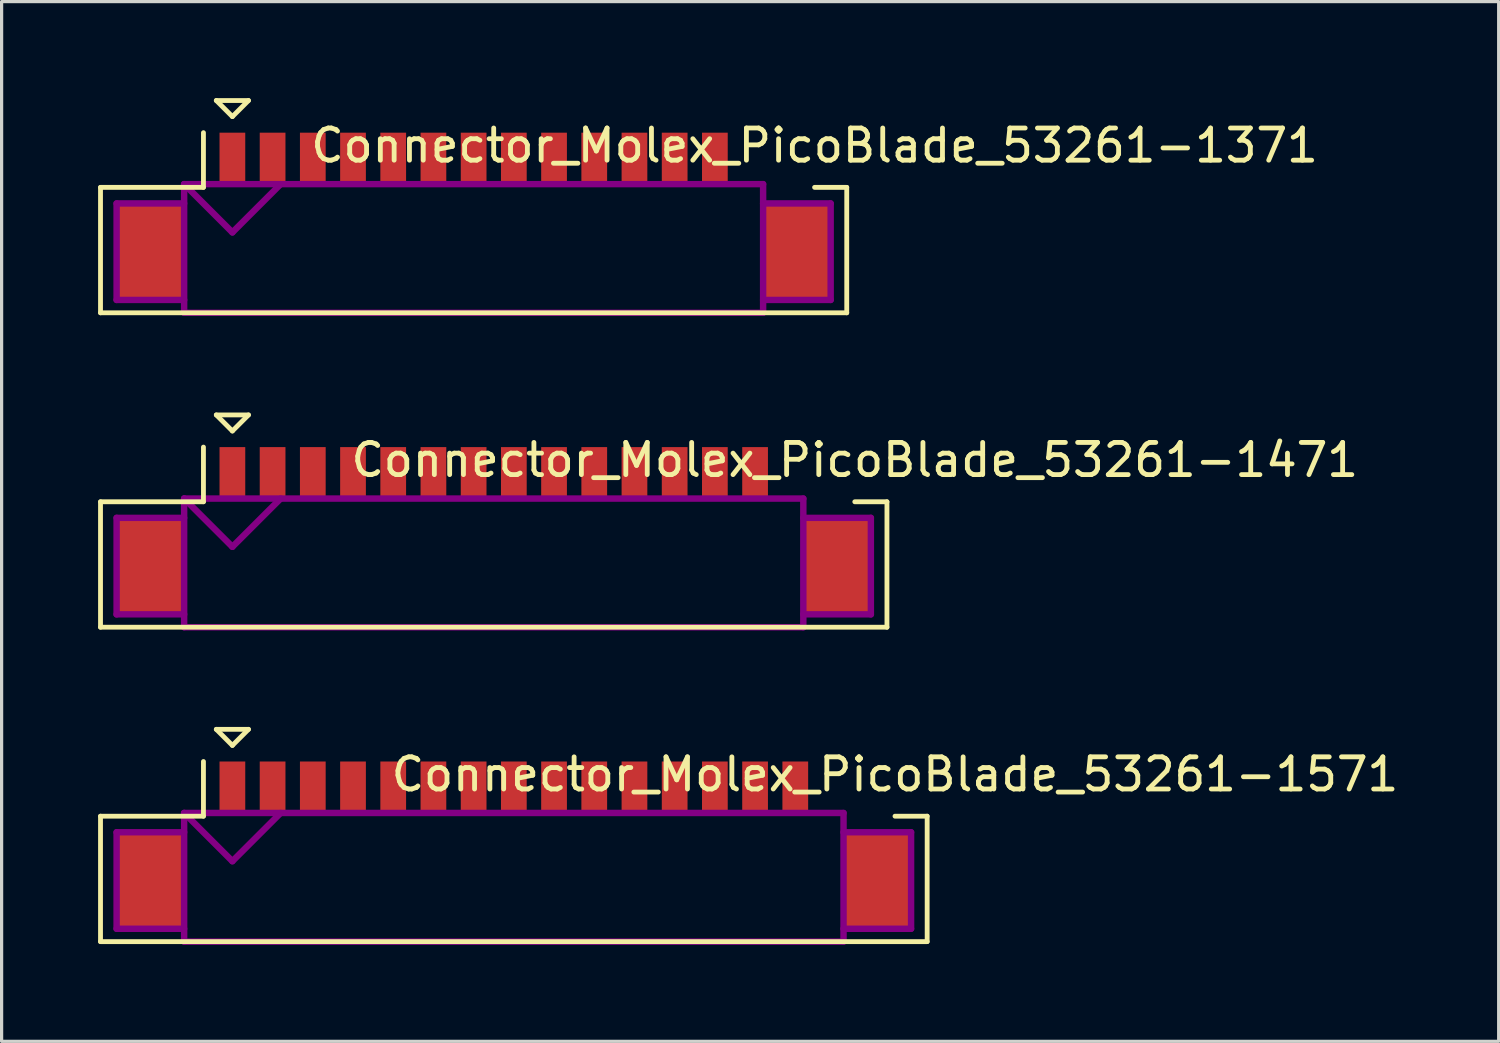
<source format=kicad_pcb>
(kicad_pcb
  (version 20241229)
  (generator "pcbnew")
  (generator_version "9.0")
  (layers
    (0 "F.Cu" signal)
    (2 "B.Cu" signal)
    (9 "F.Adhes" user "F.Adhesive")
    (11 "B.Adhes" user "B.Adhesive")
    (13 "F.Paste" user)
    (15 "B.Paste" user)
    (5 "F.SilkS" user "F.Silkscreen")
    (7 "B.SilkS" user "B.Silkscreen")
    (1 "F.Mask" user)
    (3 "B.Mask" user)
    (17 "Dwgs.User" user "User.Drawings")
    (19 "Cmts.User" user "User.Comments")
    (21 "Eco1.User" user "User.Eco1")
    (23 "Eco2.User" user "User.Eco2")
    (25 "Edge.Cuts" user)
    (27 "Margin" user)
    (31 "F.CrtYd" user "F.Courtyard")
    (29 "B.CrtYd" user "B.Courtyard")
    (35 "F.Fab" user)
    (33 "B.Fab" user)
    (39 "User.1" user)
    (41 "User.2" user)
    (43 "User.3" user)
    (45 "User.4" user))
  (footprint "Connector_Molex_PicoBlade_53261-1571"
    (layer "F.Cu")
    (at 12.925 24.325)
    (property "Reference" "Connector_Molex_PicoBlade_53261-1571" (at 11.85 -3.3 0) (layer "F.SilkS") (effects (font (size 1 1) (thickness 0.15))))
    (attr through_hole)
    (fp_line (start -12.85 -2) (end -12.85 1.9) (stroke (width 0.15) (type solid)) (layer "F.SilkS"))
    (fp_line (start -12.85 1.9) (end 12.85 1.9) (stroke (width 0.15) (type solid)) (layer "F.SilkS"))
    (fp_line (start -9.65 -3.7) (end -9.65 -2) (stroke (width 0.15) (type solid)) (layer "F.SilkS"))
    (fp_line (start -9.65 -2) (end -12.85 -2) (stroke (width 0.15) (type solid)) (layer "F.SilkS"))
    (fp_line (start -9.25 -4.7) (end -8.25 -4.7) (stroke (width 0.15) (type solid)) (layer "F.SilkS"))
    (fp_line (start -8.75 -4.2) (end -9.25 -4.7) (stroke (width 0.15) (type solid)) (layer "F.SilkS"))
    (fp_line (start -8.25 -4.7) (end -8.75 -4.2) (stroke (width 0.15) (type solid)) (layer "F.SilkS"))
    (fp_line (start 12.85 -2) (end 11.85 -2) (stroke (width 0.15) (type solid)) (layer "F.SilkS"))
    (fp_line (start 12.85 1.9) (end 12.85 -2) (stroke (width 0.15) (type solid)) (layer "F.SilkS"))
    (fp_line (start -12.35 -1.5) (end -12.35 1.5) (stroke (width 0.2) (type solid)) (layer "F.Adhes"))
    (fp_line (start -12.35 1.5) (end -10.25 1.5) (stroke (width 0.2) (type solid)) (layer "F.Adhes"))
    (fp_line (start -10.25 -2.1) (end -10.25 1.9) (stroke (width 0.2) (type solid)) (layer "F.Adhes"))
    (fp_line (start -10.25 -2.1) (end -8.75 -0.6) (stroke (width 0.2) (type solid)) (layer "F.Adhes"))
    (fp_line (start -10.25 -1.5) (end -12.35 -1.5) (stroke (width 0.2) (type solid)) (layer "F.Adhes"))
    (fp_line (start -10.25 1.9) (end 10.25 1.9) (stroke (width 0.2) (type solid)) (layer "F.Adhes"))
    (fp_line (start -8.75 -0.6) (end -7.25 -2.1) (stroke (width 0.2) (type solid)) (layer "F.Adhes"))
    (fp_line (start 10.25 -2.1) (end -10.25 -2.1) (stroke (width 0.2) (type solid)) (layer "F.Adhes"))
    (fp_line (start 10.25 -1.5) (end 12.35 -1.5) (stroke (width 0.2) (type solid)) (layer "F.Adhes"))
    (fp_line (start 10.25 1.9) (end 10.25 -2.1) (stroke (width 0.2) (type solid)) (layer "F.Adhes"))
    (fp_line (start 12.35 -1.5) (end 12.35 1.5) (stroke (width 0.2) (type solid)) (layer "F.Adhes"))
    (fp_line (start 12.35 1.5) (end 10.25 1.5) (stroke (width 0.2) (type solid)) (layer "F.Adhes"))
    (pad "" smd rect (at -11.3 0) (size 2.1 3) (layers "F.Cu" "F.Mask" "F.Paste"))
    (pad "" smd rect (at 11.3 0) (size 2.1 3) (layers "F.Cu" "F.Mask" "F.Paste"))
    (pad "1" smd rect (at -8.75 -2.9) (size 0.8 1.6) (layers "F.Cu" "F.Mask" "F.Paste"))
    (pad "2" smd rect (at -7.5 -2.9) (size 0.8 1.6) (layers "F.Cu" "F.Mask" "F.Paste"))
    (pad "3" smd rect (at -6.25 -2.9) (size 0.8 1.6) (layers "F.Cu" "F.Mask" "F.Paste"))
    (pad "4" smd rect (at -5 -2.9) (size 0.8 1.6) (layers "F.Cu" "F.Mask" "F.Paste"))
    (pad "5" smd rect (at -3.75 -2.9) (size 0.8 1.6) (layers "F.Cu" "F.Mask" "F.Paste"))
    (pad "6" smd rect (at -2.5 -2.9) (size 0.8 1.6) (layers "F.Cu" "F.Mask" "F.Paste"))
    (pad "7" smd rect (at -1.25 -2.9) (size 0.8 1.6) (layers "F.Cu" "F.Mask" "F.Paste"))
    (pad "8" smd rect (at 0 -2.9) (size 0.8 1.6) (layers "F.Cu" "F.Mask" "F.Paste"))
    (pad "9" smd rect (at 1.25 -2.9) (size 0.8 1.6) (layers "F.Cu" "F.Mask" "F.Paste"))
    (pad "10" smd rect (at 2.5 -2.9) (size 0.8 1.6) (layers "F.Cu" "F.Mask" "F.Paste"))
    (pad "11" smd rect (at 3.75 -2.9) (size 0.8 1.6) (layers "F.Cu" "F.Mask" "F.Paste"))
    (pad "12" smd rect (at 5 -2.9) (size 0.8 1.6) (layers "F.Cu" "F.Mask" "F.Paste"))
    (pad "13" smd rect (at 6.25 -2.9) (size 0.8 1.6) (layers "F.Cu" "F.Mask" "F.Paste"))
    (pad "14" smd rect (at 7.5 -2.9) (size 0.8 1.6) (layers "F.Cu" "F.Mask" "F.Paste"))
    (pad "15" smd rect (at 8.75 -2.9) (size 0.8 1.6) (layers "F.Cu" "F.Mask" "F.Paste")))
  (footprint "Connector_Molex_PicoBlade_53261-1471"
    (layer "F.Cu")
    (at 12.3 14.55)
    (property "Reference" "Connector_Molex_PicoBlade_53261-1471" (at 11.225 -3.3 0) (layer "F.SilkS") (effects (font (size 1 1) (thickness 0.15))))
    (attr through_hole)
    (fp_line (start -12.225 -2) (end -12.225 1.9) (stroke (width 0.15) (type solid)) (layer "F.SilkS"))
    (fp_line (start -12.225 1.9) (end 12.225 1.9) (stroke (width 0.15) (type solid)) (layer "F.SilkS"))
    (fp_line (start -9.025 -3.7) (end -9.025 -2) (stroke (width 0.15) (type solid)) (layer "F.SilkS"))
    (fp_line (start -9.025 -2) (end -12.225 -2) (stroke (width 0.15) (type solid)) (layer "F.SilkS"))
    (fp_line (start -8.625 -4.7) (end -7.625 -4.7) (stroke (width 0.15) (type solid)) (layer "F.SilkS"))
    (fp_line (start -8.125 -4.2) (end -8.625 -4.7) (stroke (width 0.15) (type solid)) (layer "F.SilkS"))
    (fp_line (start -7.625 -4.7) (end -8.125 -4.2) (stroke (width 0.15) (type solid)) (layer "F.SilkS"))
    (fp_line (start 12.225 -2) (end 11.225 -2) (stroke (width 0.15) (type solid)) (layer "F.SilkS"))
    (fp_line (start 12.225 1.9) (end 12.225 -2) (stroke (width 0.15) (type solid)) (layer "F.SilkS"))
    (fp_line (start -11.725 -1.5) (end -11.725 1.5) (stroke (width 0.2) (type solid)) (layer "F.Adhes"))
    (fp_line (start -11.725 1.5) (end -9.625 1.5) (stroke (width 0.2) (type solid)) (layer "F.Adhes"))
    (fp_line (start -9.625 -2.1) (end -9.625 1.9) (stroke (width 0.2) (type solid)) (layer "F.Adhes"))
    (fp_line (start -9.625 -2.1) (end -8.125 -0.6) (stroke (width 0.2) (type solid)) (layer "F.Adhes"))
    (fp_line (start -9.625 -1.5) (end -11.725 -1.5) (stroke (width 0.2) (type solid)) (layer "F.Adhes"))
    (fp_line (start -9.625 1.9) (end 9.625 1.9) (stroke (width 0.2) (type solid)) (layer "F.Adhes"))
    (fp_line (start -8.125 -0.6) (end -6.625 -2.1) (stroke (width 0.2) (type solid)) (layer "F.Adhes"))
    (fp_line (start 9.625 -2.1) (end -9.625 -2.1) (stroke (width 0.2) (type solid)) (layer "F.Adhes"))
    (fp_line (start 9.625 -1.5) (end 11.725 -1.5) (stroke (width 0.2) (type solid)) (layer "F.Adhes"))
    (fp_line (start 9.625 1.9) (end 9.625 -2.1) (stroke (width 0.2) (type solid)) (layer "F.Adhes"))
    (fp_line (start 11.725 -1.5) (end 11.725 1.5) (stroke (width 0.2) (type solid)) (layer "F.Adhes"))
    (fp_line (start 11.725 1.5) (end 9.625 1.5) (stroke (width 0.2) (type solid)) (layer "F.Adhes"))
    (pad "" smd rect (at -10.675 0) (size 2.1 3) (layers "F.Cu" "F.Mask" "F.Paste"))
    (pad "" smd rect (at 10.675 0) (size 2.1 3) (layers "F.Cu" "F.Mask" "F.Paste"))
    (pad "1" smd rect (at -8.125 -2.9) (size 0.8 1.6) (layers "F.Cu" "F.Mask" "F.Paste"))
    (pad "2" smd rect (at -6.875 -2.9) (size 0.8 1.6) (layers "F.Cu" "F.Mask" "F.Paste"))
    (pad "3" smd rect (at -5.625 -2.9) (size 0.8 1.6) (layers "F.Cu" "F.Mask" "F.Paste"))
    (pad "4" smd rect (at -4.375 -2.9) (size 0.8 1.6) (layers "F.Cu" "F.Mask" "F.Paste"))
    (pad "5" smd rect (at -3.125 -2.9) (size 0.8 1.6) (layers "F.Cu" "F.Mask" "F.Paste"))
    (pad "6" smd rect (at -1.875 -2.9) (size 0.8 1.6) (layers "F.Cu" "F.Mask" "F.Paste"))
    (pad "7" smd rect (at -0.625 -2.9) (size 0.8 1.6) (layers "F.Cu" "F.Mask" "F.Paste"))
    (pad "8" smd rect (at 0.625 -2.9) (size 0.8 1.6) (layers "F.Cu" "F.Mask" "F.Paste"))
    (pad "9" smd rect (at 1.875 -2.9) (size 0.8 1.6) (layers "F.Cu" "F.Mask" "F.Paste"))
    (pad "10" smd rect (at 3.125 -2.9) (size 0.8 1.6) (layers "F.Cu" "F.Mask" "F.Paste"))
    (pad "11" smd rect (at 4.375 -2.9) (size 0.8 1.6) (layers "F.Cu" "F.Mask" "F.Paste"))
    (pad "12" smd rect (at 5.625 -2.9) (size 0.8 1.6) (layers "F.Cu" "F.Mask" "F.Paste"))
    (pad "13" smd rect (at 6.875 -2.9) (size 0.8 1.6) (layers "F.Cu" "F.Mask" "F.Paste"))
    (pad "14" smd rect (at 8.125 -2.9) (size 0.8 1.6) (layers "F.Cu" "F.Mask" "F.Paste")))
  (footprint "Connector_Molex_PicoBlade_53261-1371"
    (layer "F.Cu")
    (at 11.675 4.775)
    (property "Reference" "Connector_Molex_PicoBlade_53261-1371" (at 10.6 -3.3 0) (layer "F.SilkS") (effects (font (size 1 1) (thickness 0.15))))
    (attr through_hole)
    (fp_line (start -11.6 -2) (end -11.6 1.9) (stroke (width 0.15) (type solid)) (layer "F.SilkS"))
    (fp_line (start -11.6 1.9) (end 11.6 1.9) (stroke (width 0.15) (type solid)) (layer "F.SilkS"))
    (fp_line (start -8.4 -3.7) (end -8.4 -2) (stroke (width 0.15) (type solid)) (layer "F.SilkS"))
    (fp_line (start -8.4 -2) (end -11.6 -2) (stroke (width 0.15) (type solid)) (layer "F.SilkS"))
    (fp_line (start -8 -4.7) (end -7 -4.7) (stroke (width 0.15) (type solid)) (layer "F.SilkS"))
    (fp_line (start -7.5 -4.2) (end -8 -4.7) (stroke (width 0.15) (type solid)) (layer "F.SilkS"))
    (fp_line (start -7 -4.7) (end -7.5 -4.2) (stroke (width 0.15) (type solid)) (layer "F.SilkS"))
    (fp_line (start 11.6 -2) (end 10.6 -2) (stroke (width 0.15) (type solid)) (layer "F.SilkS"))
    (fp_line (start 11.6 1.9) (end 11.6 -2) (stroke (width 0.15) (type solid)) (layer "F.SilkS"))
    (fp_line (start -11.1 -1.5) (end -11.1 1.5) (stroke (width 0.2) (type solid)) (layer "F.Adhes"))
    (fp_line (start -11.1 1.5) (end -9 1.5) (stroke (width 0.2) (type solid)) (layer "F.Adhes"))
    (fp_line (start -9 -2.1) (end -9 1.9) (stroke (width 0.2) (type solid)) (layer "F.Adhes"))
    (fp_line (start -9 -2.1) (end -7.5 -0.6) (stroke (width 0.2) (type solid)) (layer "F.Adhes"))
    (fp_line (start -9 -1.5) (end -11.1 -1.5) (stroke (width 0.2) (type solid)) (layer "F.Adhes"))
    (fp_line (start -9 1.9) (end 9 1.9) (stroke (width 0.2) (type solid)) (layer "F.Adhes"))
    (fp_line (start -7.5 -0.6) (end -6 -2.1) (stroke (width 0.2) (type solid)) (layer "F.Adhes"))
    (fp_line (start 9 -2.1) (end -9 -2.1) (stroke (width 0.2) (type solid)) (layer "F.Adhes"))
    (fp_line (start 9 -1.5) (end 11.1 -1.5) (stroke (width 0.2) (type solid)) (layer "F.Adhes"))
    (fp_line (start 9 1.9) (end 9 -2.1) (stroke (width 0.2) (type solid)) (layer "F.Adhes"))
    (fp_line (start 11.1 -1.5) (end 11.1 1.5) (stroke (width 0.2) (type solid)) (layer "F.Adhes"))
    (fp_line (start 11.1 1.5) (end 9 1.5) (stroke (width 0.2) (type solid)) (layer "F.Adhes"))
    (pad "" smd rect (at -10.05 0) (size 2.1 3) (layers "F.Cu" "F.Mask" "F.Paste"))
    (pad "" smd rect (at 10.05 0) (size 2.1 3) (layers "F.Cu" "F.Mask" "F.Paste"))
    (pad "1" smd rect (at -7.5 -2.9) (size 0.8 1.6) (layers "F.Cu" "F.Mask" "F.Paste"))
    (pad "2" smd rect (at -6.25 -2.9) (size 0.8 1.6) (layers "F.Cu" "F.Mask" "F.Paste"))
    (pad "3" smd rect (at -5 -2.9) (size 0.8 1.6) (layers "F.Cu" "F.Mask" "F.Paste"))
    (pad "4" smd rect (at -3.75 -2.9) (size 0.8 1.6) (layers "F.Cu" "F.Mask" "F.Paste"))
    (pad "5" smd rect (at -2.5 -2.9) (size 0.8 1.6) (layers "F.Cu" "F.Mask" "F.Paste"))
    (pad "6" smd rect (at -1.25 -2.9) (size 0.8 1.6) (layers "F.Cu" "F.Mask" "F.Paste"))
    (pad "7" smd rect (at 0 -2.9) (size 0.8 1.6) (layers "F.Cu" "F.Mask" "F.Paste"))
    (pad "8" smd rect (at 1.25 -2.9) (size 0.8 1.6) (layers "F.Cu" "F.Mask" "F.Paste"))
    (pad "9" smd rect (at 2.5 -2.9) (size 0.8 1.6) (layers "F.Cu" "F.Mask" "F.Paste"))
    (pad "10" smd rect (at 3.75 -2.9) (size 0.8 1.6) (layers "F.Cu" "F.Mask" "F.Paste"))
    (pad "11" smd rect (at 5 -2.9) (size 0.8 1.6) (layers "F.Cu" "F.Mask" "F.Paste"))
    (pad "12" smd rect (at 6.25 -2.9) (size 0.8 1.6) (layers "F.Cu" "F.Mask" "F.Paste"))
    (pad "13" smd rect (at 7.5 -2.9) (size 0.8 1.6) (layers "F.Cu" "F.Mask" "F.Paste")))
  (gr_rect
    (start -3 -3)
    (end 43.543 29.325)
    (stroke (width 0.1) (type default))
    (fill no)
    (layer "Edge.Cuts")))
</source>
